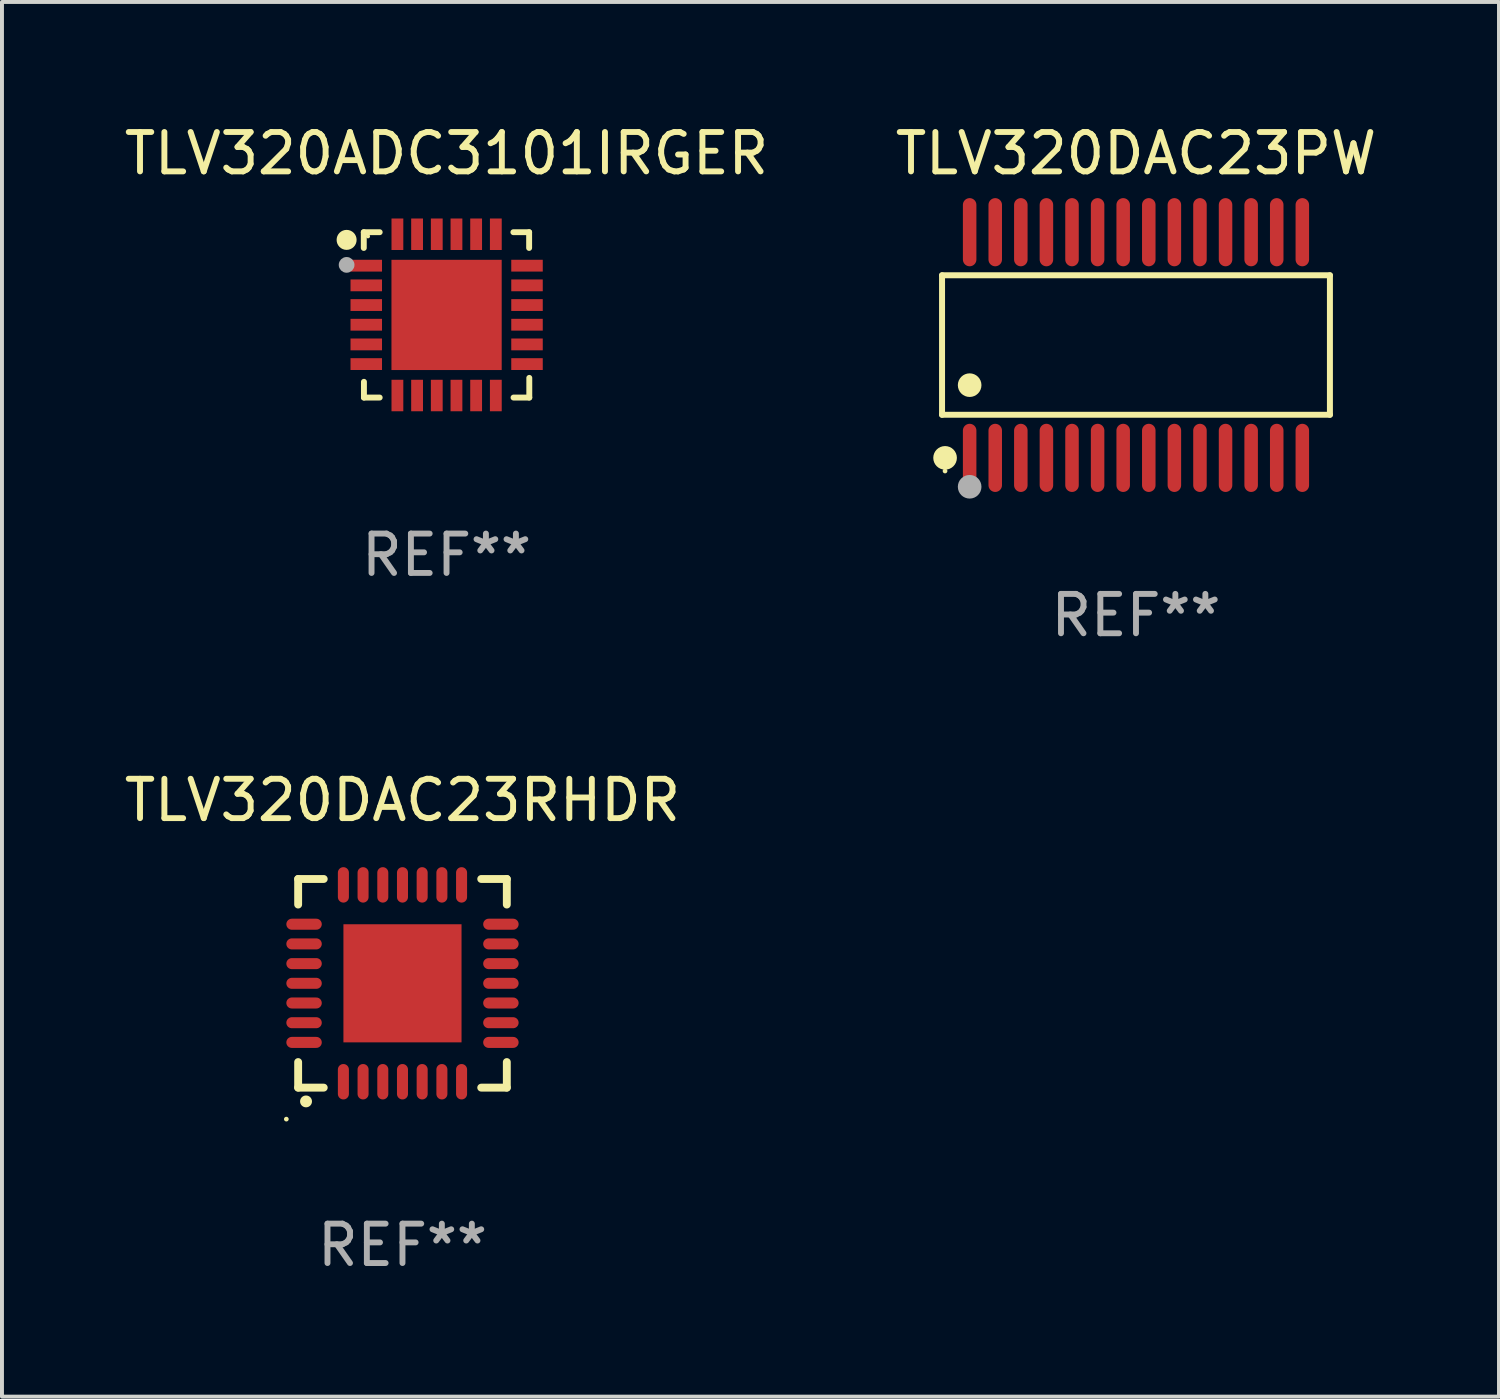
<source format=kicad_pcb>
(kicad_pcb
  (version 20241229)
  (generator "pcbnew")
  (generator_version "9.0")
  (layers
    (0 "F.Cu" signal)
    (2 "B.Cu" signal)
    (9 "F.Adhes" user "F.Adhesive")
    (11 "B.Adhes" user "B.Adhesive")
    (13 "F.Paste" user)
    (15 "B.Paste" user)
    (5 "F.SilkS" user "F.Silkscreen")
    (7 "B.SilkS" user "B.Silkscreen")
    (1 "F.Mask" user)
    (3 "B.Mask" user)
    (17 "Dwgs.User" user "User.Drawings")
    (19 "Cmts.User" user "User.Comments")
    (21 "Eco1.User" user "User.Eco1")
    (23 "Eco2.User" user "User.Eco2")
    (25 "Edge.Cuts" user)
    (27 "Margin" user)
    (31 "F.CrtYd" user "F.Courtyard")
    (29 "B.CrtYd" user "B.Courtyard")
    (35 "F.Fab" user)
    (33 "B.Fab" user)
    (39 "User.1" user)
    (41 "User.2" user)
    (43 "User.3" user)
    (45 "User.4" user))
  (footprint "TLV320ADC3101IRGER"
    (layer "F.Cu")
    (at 8.292 4.948)
    (property "Reference" "TLV320ADC3101IRGER" (at 0 -4.1 0) (layer "F.SilkS") (effects (font (size 1 1) (thickness 0.15))))
    (attr through_hole)
    (fp_line (start -2.102 -2.1) (end -1.698 -2.1) (stroke (width 0.15) (type solid)) (layer "F.SilkS"))
    (fp_line (start -2.102 -1.7) (end -2.102 -2.1) (stroke (width 0.15) (type solid)) (layer "F.SilkS"))
    (fp_line (start -2.098 1.7) (end -2.098 2.1) (stroke (width 0.15) (type solid)) (layer "F.SilkS"))
    (fp_line (start -2.098 2.1) (end -1.698 2.1) (stroke (width 0.15) (type solid)) (layer "F.SilkS"))
    (fp_line (start 1.698 -2.1) (end 2.098 -2.1) (stroke (width 0.15) (type solid)) (layer "F.SilkS"))
    (fp_line (start 2.098 -2.1) (end 2.098 -1.7) (stroke (width 0.15) (type solid)) (layer "F.SilkS"))
    (fp_line (start 2.102 1.6) (end 2.102 2.1) (stroke (width 0.15) (type solid)) (layer "F.SilkS"))
    (fp_line (start 2.102 2.1) (end 1.702 2.1) (stroke (width 0.15) (type solid)) (layer "F.SilkS"))
    (fp_circle (center -2.538 -1.905) (end -2.411 -1.905) (stroke (width 0.254) (type solid)) (fill no) (layer "F.SilkS"))
    (fp_circle (center -1.995 -1.996) (end -1.968 -1.996) (stroke (width 0.05) (type solid)) (fill no) (layer "F.SilkS"))
    (fp_circle (center -2.538 -1.27) (end -2.438 -1.27) (stroke (width 0.2) (type solid)) (fill no) (layer "F.Fab"))
    (fp_text user "REF**" (at 0 6.1 0) (layer "F.Fab") (effects (font (size 1 1) (thickness 0.15))))
    (pad "1" smd rect (at -2.039 -1.25) (size 0.8 0.3) (layers "F.Cu" "F.Mask" "F.Paste"))
    (pad "2" smd rect (at -2.039 -0.75) (size 0.8 0.3) (layers "F.Cu" "F.Mask" "F.Paste"))
    (pad "3" smd rect (at -2.039 -0.25) (size 0.8 0.3) (layers "F.Cu" "F.Mask" "F.Paste"))
    (pad "4" smd rect (at -2.039 0.25) (size 0.8 0.3) (layers "F.Cu" "F.Mask" "F.Paste"))
    (pad "5" smd rect (at -2.039 0.75) (size 0.8 0.3) (layers "F.Cu" "F.Mask" "F.Paste"))
    (pad "6" smd rect (at -2.039 1.25) (size 0.8 0.3) (layers "F.Cu" "F.Mask" "F.Paste"))
    (pad "7" smd rect (at -1.248 2.048) (size 0.3 0.8) (layers "F.Cu" "F.Mask" "F.Paste"))
    (pad "8" smd rect (at -0.748 2.048) (size 0.3 0.8) (layers "F.Cu" "F.Mask" "F.Paste"))
    (pad "9" smd rect (at -0.248 2.048) (size 0.3 0.8) (layers "F.Cu" "F.Mask" "F.Paste"))
    (pad "10" smd rect (at 0.252 2.048) (size 0.3 0.8) (layers "F.Cu" "F.Mask" "F.Paste"))
    (pad "11" smd rect (at 0.752 2.048) (size 0.3 0.8) (layers "F.Cu" "F.Mask" "F.Paste"))
    (pad "12" smd rect (at 1.252 2.048) (size 0.3 0.8) (layers "F.Cu" "F.Mask" "F.Paste"))
    (pad "13" smd rect (at 2.044 1.25) (size 0.8 0.3) (layers "F.Cu" "F.Mask" "F.Paste"))
    (pad "14" smd rect (at 2.044 0.75) (size 0.8 0.3) (layers "F.Cu" "F.Mask" "F.Paste"))
    (pad "15" smd rect (at 2.044 0.25) (size 0.8 0.3) (layers "F.Cu" "F.Mask" "F.Paste"))
    (pad "16" smd rect (at 2.044 -0.25) (size 0.8 0.3) (layers "F.Cu" "F.Mask" "F.Paste"))
    (pad "17" smd rect (at 2.044 -0.75) (size 0.8 0.3) (layers "F.Cu" "F.Mask" "F.Paste"))
    (pad "18" smd rect (at 2.044 -1.25) (size 0.8 0.3) (layers "F.Cu" "F.Mask" "F.Paste"))
    (pad "19" smd rect (at 1.252 -2.048) (size 0.3 0.8) (layers "F.Cu" "F.Mask" "F.Paste"))
    (pad "20" smd rect (at 0.752 -2.048) (size 0.3 0.8) (layers "F.Cu" "F.Mask" "F.Paste"))
    (pad "21" smd rect (at 0.252 -2.048) (size 0.3 0.8) (layers "F.Cu" "F.Mask" "F.Paste"))
    (pad "22" smd rect (at -0.248 -2.048) (size 0.3 0.8) (layers "F.Cu" "F.Mask" "F.Paste"))
    (pad "23" smd rect (at -0.748 -2.048) (size 0.3 0.8) (layers "F.Cu" "F.Mask" "F.Paste"))
    (pad "24" smd rect (at -1.248 -2.048) (size 0.3 0.8) (layers "F.Cu" "F.Mask" "F.Paste"))
    (pad "25" smd rect (at 0.001 0.001) (size 2.8 2.8) (layers "F.Cu" "F.Mask" "F.Paste")))
  (footprint "TLV320DAC23PW"
    (layer "F.Cu")
    (at 25.804 5.714)
    (property "Reference" "TLV320DAC23PW" (at 0 -4.866 0) (layer "F.SilkS") (effects (font (size 1 1) (thickness 0.15))))
    (attr through_hole)
    (fp_line (start -4.926 -1.772) (end 4.926 -1.772) (stroke (width 0.152) (type solid)) (layer "F.SilkS"))
    (fp_line (start -4.926 1.771) (end -4.926 -1.772) (stroke (width 0.152) (type solid)) (layer "F.SilkS"))
    (fp_line (start 4.926 -1.772) (end 4.926 1.771) (stroke (width 0.152) (type solid)) (layer "F.SilkS"))
    (fp_line (start 4.926 1.771) (end -4.926 1.771) (stroke (width 0.152) (type solid)) (layer "F.SilkS"))
    (fp_circle (center -4.85 3.2) (end -4.82 3.2) (stroke (width 0.06) (type solid)) (fill no) (layer "F.SilkS"))
    (fp_circle (center -4.849 2.866) (end -4.699 2.866) (stroke (width 0.3) (type solid)) (fill no) (layer "F.SilkS"))
    (fp_circle (center -4.225 1.019) (end -4.075 1.019) (stroke (width 0.3) (type solid)) (fill no) (layer "F.SilkS"))
    (fp_circle (center -4.225 3.6) (end -4.075 3.6) (stroke (width 0.3) (type solid)) (fill no) (layer "F.Fab"))
    (fp_text user "REF**" (at 0 6.866 0) (layer "F.Fab") (effects (font (size 1 1) (thickness 0.15))))
    (pad "1" smd oval (at -4.225 2.866) (size 0.343 1.731) (layers "F.Cu" "F.Mask" "F.Paste"))
    (pad "2" smd oval (at -3.575 2.866) (size 0.343 1.731) (layers "F.Cu" "F.Mask" "F.Paste"))
    (pad "3" smd oval (at -2.925 2.866) (size 0.343 1.731) (layers "F.Cu" "F.Mask" "F.Paste"))
    (pad "4" smd oval (at -2.275 2.866) (size 0.343 1.731) (layers "F.Cu" "F.Mask" "F.Paste"))
    (pad "5" smd oval (at -1.625 2.866) (size 0.343 1.731) (layers "F.Cu" "F.Mask" "F.Paste"))
    (pad "6" smd oval (at -0.975 2.866) (size 0.343 1.731) (layers "F.Cu" "F.Mask" "F.Paste"))
    (pad "7" smd oval (at -0.325 2.866) (size 0.343 1.731) (layers "F.Cu" "F.Mask" "F.Paste"))
    (pad "8" smd oval (at 0.325 2.866) (size 0.343 1.731) (layers "F.Cu" "F.Mask" "F.Paste"))
    (pad "9" smd oval (at 0.975 2.866) (size 0.343 1.731) (layers "F.Cu" "F.Mask" "F.Paste"))
    (pad "10" smd oval (at 1.625 2.866) (size 0.343 1.731) (layers "F.Cu" "F.Mask" "F.Paste"))
    (pad "11" smd oval (at 2.275 2.866) (size 0.343 1.731) (layers "F.Cu" "F.Mask" "F.Paste"))
    (pad "12" smd oval (at 2.925 2.866) (size 0.343 1.731) (layers "F.Cu" "F.Mask" "F.Paste"))
    (pad "13" smd oval (at 3.575 2.866) (size 0.343 1.731) (layers "F.Cu" "F.Mask" "F.Paste"))
    (pad "14" smd oval (at 4.225 2.866) (size 0.343 1.731) (layers "F.Cu" "F.Mask" "F.Paste"))
    (pad "15" smd oval (at 4.225 -2.866) (size 0.343 1.731) (layers "F.Cu" "F.Mask" "F.Paste"))
    (pad "16" smd oval (at 3.575 -2.866) (size 0.343 1.731) (layers "F.Cu" "F.Mask" "F.Paste"))
    (pad "17" smd oval (at 2.925 -2.866) (size 0.343 1.731) (layers "F.Cu" "F.Mask" "F.Paste"))
    (pad "18" smd oval (at 2.275 -2.866) (size 0.343 1.731) (layers "F.Cu" "F.Mask" "F.Paste"))
    (pad "19" smd oval (at 1.625 -2.866) (size 0.343 1.731) (layers "F.Cu" "F.Mask" "F.Paste"))
    (pad "20" smd oval (at 0.975 -2.866) (size 0.343 1.731) (layers "F.Cu" "F.Mask" "F.Paste"))
    (pad "21" smd oval (at 0.325 -2.866) (size 0.343 1.731) (layers "F.Cu" "F.Mask" "F.Paste"))
    (pad "22" smd oval (at -0.325 -2.866) (size 0.343 1.731) (layers "F.Cu" "F.Mask" "F.Paste"))
    (pad "23" smd oval (at -0.975 -2.866) (size 0.343 1.731) (layers "F.Cu" "F.Mask" "F.Paste"))
    (pad "24" smd oval (at -1.625 -2.866) (size 0.343 1.731) (layers "F.Cu" "F.Mask" "F.Paste"))
    (pad "25" smd oval (at -2.275 -2.866) (size 0.343 1.731) (layers "F.Cu" "F.Mask" "F.Paste"))
    (pad "26" smd oval (at -2.925 -2.866) (size 0.343 1.731) (layers "F.Cu" "F.Mask" "F.Paste"))
    (pad "27" smd oval (at -3.575 -2.866) (size 0.343 1.731) (layers "F.Cu" "F.Mask" "F.Paste"))
    (pad "28" smd oval (at -4.225 -2.866) (size 0.343 1.731) (layers "F.Cu" "F.Mask" "F.Paste")))
  (footprint "TLV320DAC23RHDR"
    (layer "F.Cu")
    (at 7.173 21.926)
    (property "Reference" "TLV320DAC23RHDR" (at 0 -4.65 0) (layer "F.SilkS") (effects (font (size 1 1) (thickness 0.15))))
    (attr through_hole)
    (fp_line (start -2.65 -2.65) (end -2.65 -2) (stroke (width 0.2) (type solid)) (layer "F.SilkS"))
    (fp_line (start -2.65 2.65) (end -2.65 2) (stroke (width 0.2) (type solid)) (layer "F.SilkS"))
    (fp_line (start -2 -2.65) (end -2.65 -2.65) (stroke (width 0.2) (type solid)) (layer "F.SilkS"))
    (fp_line (start -2 2.65) (end -2.65 2.65) (stroke (width 0.2) (type solid)) (layer "F.SilkS"))
    (fp_line (start 2 2.65) (end 2.65 2.65) (stroke (width 0.2) (type solid)) (layer "F.SilkS"))
    (fp_line (start 2.65 -2.65) (end 2 -2.65) (stroke (width 0.2) (type solid)) (layer "F.SilkS"))
    (fp_line (start 2.65 -2) (end 2.65 -2.65) (stroke (width 0.2) (type solid)) (layer "F.SilkS"))
    (fp_line (start 2.65 2.65) (end 2.65 2) (stroke (width 0.2) (type solid)) (layer "F.SilkS"))
    (fp_arc (start -2.451105 2.999746) (mid -2.449835 2.999741) (end -2.448565 2.999746) (stroke (width 0.3) (type solid)) (layer "F.SilkS"))
    (fp_circle (center -2.95 3.45) (end -2.92 3.45) (stroke (width 0.06) (type solid)) (fill no) (layer "F.SilkS"))
    (fp_text user "REF**" (at 0 6.65 0) (layer "F.Fab") (effects (font (size 1 1) (thickness 0.15))))
    (pad "1" smd oval (at -1.501 2.5 180) (size 0.28 0.9) (layers "F.Cu" "F.Mask" "F.Paste"))
    (pad "2" smd oval (at -1.001 2.5 180) (size 0.28 0.9) (layers "F.Cu" "F.Mask" "F.Paste"))
    (pad "3" smd oval (at -0.5 2.5 180) (size 0.28 0.9) (layers "F.Cu" "F.Mask" "F.Paste"))
    (pad "4" smd oval (at 0 2.5 180) (size 0.28 0.9) (layers "F.Cu" "F.Mask" "F.Paste"))
    (pad "5" smd oval (at 0.5 2.5 180) (size 0.28 0.9) (layers "F.Cu" "F.Mask" "F.Paste"))
    (pad "6" smd oval (at 1.001 2.5 180) (size 0.28 0.9) (layers "F.Cu" "F.Mask" "F.Paste"))
    (pad "7" smd oval (at 1.501 2.5 180) (size 0.28 0.9) (layers "F.Cu" "F.Mask" "F.Paste"))
    (pad "8" smd oval (at 2.5 1.501 90) (size 0.28 0.9) (layers "F.Cu" "F.Mask" "F.Paste"))
    (pad "9" smd oval (at 2.5 1.001 90) (size 0.28 0.9) (layers "F.Cu" "F.Mask" "F.Paste"))
    (pad "10" smd oval (at 2.5 0.5 90) (size 0.28 0.9) (layers "F.Cu" "F.Mask" "F.Paste"))
    (pad "11" smd oval (at 2.5 0 90) (size 0.28 0.9) (layers "F.Cu" "F.Mask" "F.Paste"))
    (pad "12" smd oval (at 2.5 -0.5 90) (size 0.28 0.9) (layers "F.Cu" "F.Mask" "F.Paste"))
    (pad "13" smd oval (at 2.5 -1.001 90) (size 0.28 0.9) (layers "F.Cu" "F.Mask" "F.Paste"))
    (pad "14" smd oval (at 2.5 -1.501 90) (size 0.28 0.9) (layers "F.Cu" "F.Mask" "F.Paste"))
    (pad "15" smd oval (at 1.501 -2.5 180) (size 0.28 0.9) (layers "F.Cu" "F.Mask" "F.Paste"))
    (pad "16" smd oval (at 1.001 -2.5 180) (size 0.28 0.9) (layers "F.Cu" "F.Mask" "F.Paste"))
    (pad "17" smd oval (at 0.5 -2.5 180) (size 0.28 0.9) (layers "F.Cu" "F.Mask" "F.Paste"))
    (pad "18" smd oval (at 0 -2.5 180) (size 0.28 0.9) (layers "F.Cu" "F.Mask" "F.Paste"))
    (pad "19" smd oval (at -0.5 -2.5 180) (size 0.28 0.9) (layers "F.Cu" "F.Mask" "F.Paste"))
    (pad "20" smd oval (at -1.001 -2.5 180) (size 0.28 0.9) (layers "F.Cu" "F.Mask" "F.Paste"))
    (pad "21" smd oval (at -1.501 -2.5 180) (size 0.28 0.9) (layers "F.Cu" "F.Mask" "F.Paste"))
    (pad "22" smd oval (at -2.5 -1.501 90) (size 0.28 0.9) (layers "F.Cu" "F.Mask" "F.Paste"))
    (pad "23" smd oval (at -2.5 -1.001 90) (size 0.28 0.9) (layers "F.Cu" "F.Mask" "F.Paste"))
    (pad "24" smd oval (at -2.5 -0.5 90) (size 0.28 0.9) (layers "F.Cu" "F.Mask" "F.Paste"))
    (pad "25" smd oval (at -2.5 0 90) (size 0.28 0.9) (layers "F.Cu" "F.Mask" "F.Paste"))
    (pad "26" smd oval (at -2.5 0.5 90) (size 0.28 0.9) (layers "F.Cu" "F.Mask" "F.Paste"))
    (pad "27" smd oval (at -2.5 1.001 90) (size 0.28 0.9) (layers "F.Cu" "F.Mask" "F.Paste"))
    (pad "28" smd oval (at -2.5 1.501 90) (size 0.28 0.9) (layers "F.Cu" "F.Mask" "F.Paste"))
    (pad "29" smd rect (at 0 0 90) (size 3 3) (layers "F.Cu" "F.Mask" "F.Paste")))
  (gr_rect
    (start -3 -3)
    (end 35.024 32.424)
    (stroke (width 0.1) (type default))
    (fill no)
    (layer "Edge.Cuts")))
</source>
